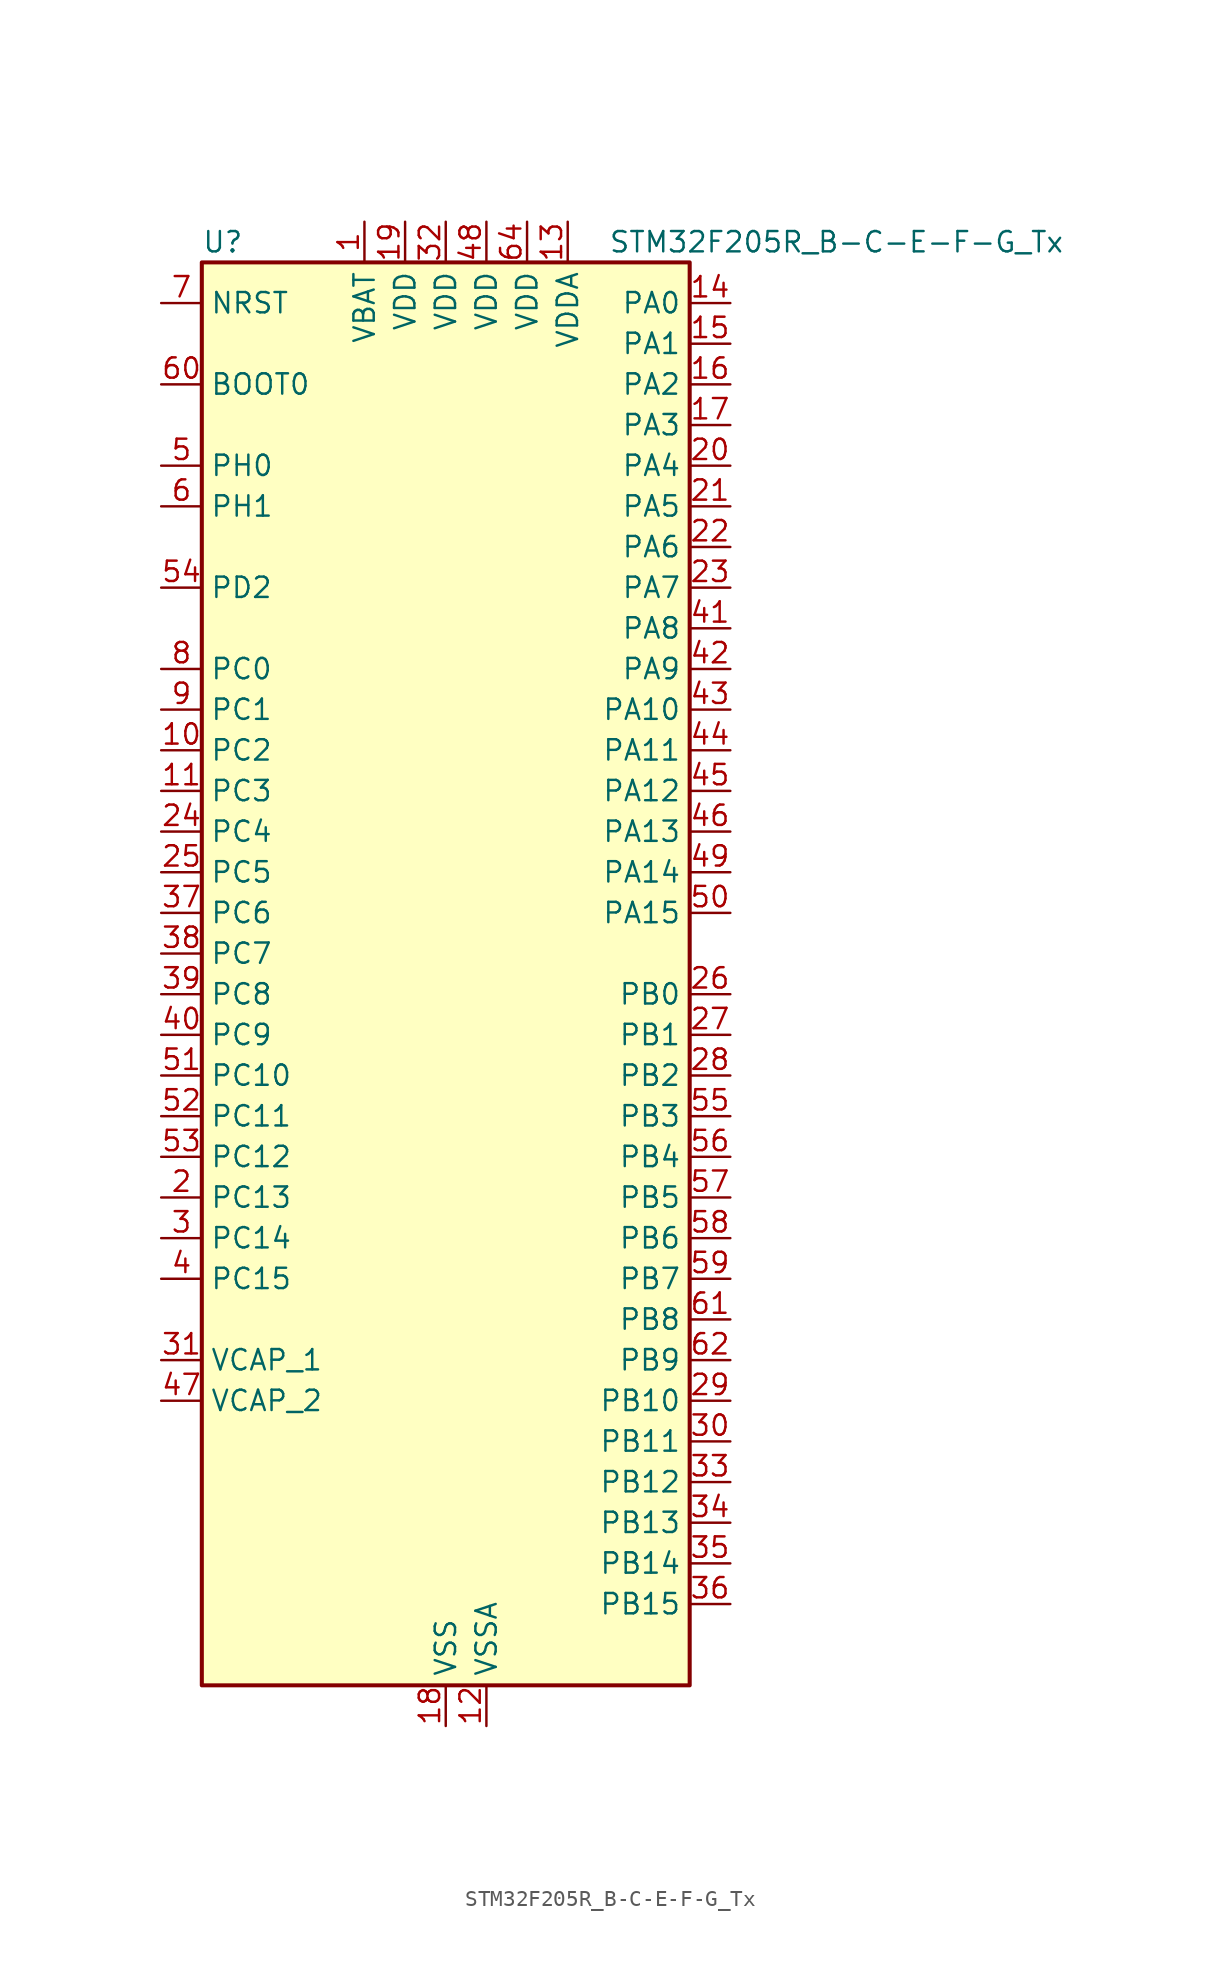
<source format=kicad_sym>
(kicad_symbol_lib
  (version 20220914)
  (generator kicad_symbol_editor)
  (symbol "STM32F205R_B-C-E-F-G_Tx"
    (property "Reference" "U"
      (at -15.24 46.99 0)
      (effects (font (size 1.27 1.27)) (justify left)))
    (property "Value" "STM32F205R_B-C-E-F-G_Tx"
      (at 10.16 46.99 0)
      (effects (font (size 1.27 1.27)) (justify left)))
    (property "ki_locked" ""
      (at 0 0 0)
      (effects (font (size 1.27 1.27))))
    (symbol "STM32F205R_B-C-E-F-G_Tx_0_1"
      (rectangle (start -15.24 -43.18) (end 15.24 45.72) (stroke (width 0.254) (type default)) (fill (type background))))
    (symbol "STM32F205R_B-C-E-F-G_Tx_1_1"
      (pin power_in line (at -5.08 48.26 270) (length 2.54) (name "VBAT" (effects (font (size 1.27 1.27)))) (number "1" (effects (font (size 1.27 1.27)))))
      (pin bidirectional line (at -17.78 15.24 0) (length 2.54) (name "PC2" (effects (font (size 1.27 1.27)))) (number "10" (effects (font (size 1.27 1.27)))) (alternate "ADC1_IN12" bidirectional line) (alternate "ADC2_IN12" bidirectional line) (alternate "ADC3_IN12" bidirectional line) (alternate "SPI2_MISO" bidirectional line) (alternate "USB_OTG_HS_ULPI_DIR" bidirectional line))
      (pin bidirectional line (at -17.78 12.7 0) (length 2.54) (name "PC3" (effects (font (size 1.27 1.27)))) (number "11" (effects (font (size 1.27 1.27)))) (alternate "ADC1_IN13" bidirectional line) (alternate "ADC2_IN13" bidirectional line) (alternate "ADC3_IN13" bidirectional line) (alternate "I2S2_SD" bidirectional line) (alternate "SPI2_MOSI" bidirectional line) (alternate "USB_OTG_HS_ULPI_NXT" bidirectional line))
      (pin power_in line (at 2.54 -45.72 90) (length 2.54) (name "VSSA" (effects (font (size 1.27 1.27)))) (number "12" (effects (font (size 1.27 1.27)))))
      (pin power_in line (at 7.62 48.26 270) (length 2.54) (name "VDDA" (effects (font (size 1.27 1.27)))) (number "13" (effects (font (size 1.27 1.27)))))
      (pin bidirectional line (at 17.78 43.18 180) (length 2.54) (name "PA0" (effects (font (size 1.27 1.27)))) (number "14" (effects (font (size 1.27 1.27)))) (alternate "ADC1_IN0" bidirectional line) (alternate "ADC2_IN0" bidirectional line) (alternate "ADC3_IN0" bidirectional line) (alternate "SYS_WKUP" bidirectional line) (alternate "TIM2_CH1" bidirectional line) (alternate "TIM2_ETR" bidirectional line) (alternate "TIM5_CH1" bidirectional line) (alternate "TIM8_ETR" bidirectional line) (alternate "UART4_TX" bidirectional line) (alternate "USART2_CTS" bidirectional line))
      (pin bidirectional line (at 17.78 40.64 180) (length 2.54) (name "PA1" (effects (font (size 1.27 1.27)))) (number "15" (effects (font (size 1.27 1.27)))) (alternate "ADC1_IN1" bidirectional line) (alternate "ADC2_IN1" bidirectional line) (alternate "ADC3_IN1" bidirectional line) (alternate "TIM2_CH2" bidirectional line) (alternate "TIM5_CH2" bidirectional line) (alternate "UART4_RX" bidirectional line) (alternate "USART2_RTS" bidirectional line))
      (pin bidirectional line (at 17.78 38.1 180) (length 2.54) (name "PA2" (effects (font (size 1.27 1.27)))) (number "16" (effects (font (size 1.27 1.27)))) (alternate "ADC1_IN2" bidirectional line) (alternate "ADC2_IN2" bidirectional line) (alternate "ADC3_IN2" bidirectional line) (alternate "TIM2_CH3" bidirectional line) (alternate "TIM5_CH3" bidirectional line) (alternate "TIM9_CH1" bidirectional line) (alternate "USART2_TX" bidirectional line))
      (pin bidirectional line (at 17.78 35.56 180) (length 2.54) (name "PA3" (effects (font (size 1.27 1.27)))) (number "17" (effects (font (size 1.27 1.27)))) (alternate "ADC1_IN3" bidirectional line) (alternate "ADC2_IN3" bidirectional line) (alternate "ADC3_IN3" bidirectional line) (alternate "TIM2_CH4" bidirectional line) (alternate "TIM5_CH4" bidirectional line) (alternate "TIM9_CH2" bidirectional line) (alternate "USART2_RX" bidirectional line) (alternate "USB_OTG_HS_ULPI_D0" bidirectional line))
      (pin power_in line (at 0 -45.72 90) (length 2.54) (name "VSS" (effects (font (size 1.27 1.27)))) (number "18" (effects (font (size 1.27 1.27)))))
      (pin power_in line (at -2.54 48.26 270) (length 2.54) (name "VDD" (effects (font (size 1.27 1.27)))) (number "19" (effects (font (size 1.27 1.27)))))
      (pin bidirectional line (at -17.78 -12.7 0) (length 2.54) (name "PC13" (effects (font (size 1.27 1.27)))) (number "2" (effects (font (size 1.27 1.27)))) (alternate "RTC_AF1" bidirectional line))
      (pin bidirectional line (at 17.78 33.02 180) (length 2.54) (name "PA4" (effects (font (size 1.27 1.27)))) (number "20" (effects (font (size 1.27 1.27)))) (alternate "ADC1_IN4" bidirectional line) (alternate "ADC2_IN4" bidirectional line) (alternate "DAC_OUT1" bidirectional line) (alternate "I2S3_WS" bidirectional line) (alternate "SPI1_NSS" bidirectional line) (alternate "SPI3_NSS" bidirectional line) (alternate "USART2_CK" bidirectional line) (alternate "USB_OTG_HS_SOF" bidirectional line))
      (pin bidirectional line (at 17.78 30.48 180) (length 2.54) (name "PA5" (effects (font (size 1.27 1.27)))) (number "21" (effects (font (size 1.27 1.27)))) (alternate "ADC1_IN5" bidirectional line) (alternate "ADC2_IN5" bidirectional line) (alternate "DAC_OUT2" bidirectional line) (alternate "SPI1_SCK" bidirectional line) (alternate "TIM2_CH1" bidirectional line) (alternate "TIM2_ETR" bidirectional line) (alternate "TIM8_CH1N" bidirectional line) (alternate "USB_OTG_HS_ULPI_CK" bidirectional line))
      (pin bidirectional line (at 17.78 27.94 180) (length 2.54) (name "PA6" (effects (font (size 1.27 1.27)))) (number "22" (effects (font (size 1.27 1.27)))) (alternate "ADC1_IN6" bidirectional line) (alternate "ADC2_IN6" bidirectional line) (alternate "SPI1_MISO" bidirectional line) (alternate "TIM13_CH1" bidirectional line) (alternate "TIM1_BKIN" bidirectional line) (alternate "TIM3_CH1" bidirectional line) (alternate "TIM8_BKIN" bidirectional line))
      (pin bidirectional line (at 17.78 25.4 180) (length 2.54) (name "PA7" (effects (font (size 1.27 1.27)))) (number "23" (effects (font (size 1.27 1.27)))) (alternate "ADC1_IN7" bidirectional line) (alternate "ADC2_IN7" bidirectional line) (alternate "SPI1_MOSI" bidirectional line) (alternate "TIM14_CH1" bidirectional line) (alternate "TIM1_CH1N" bidirectional line) (alternate "TIM3_CH2" bidirectional line) (alternate "TIM8_CH1N" bidirectional line))
      (pin bidirectional line (at -17.78 10.16 0) (length 2.54) (name "PC4" (effects (font (size 1.27 1.27)))) (number "24" (effects (font (size 1.27 1.27)))) (alternate "ADC1_IN14" bidirectional line) (alternate "ADC2_IN14" bidirectional line))
      (pin bidirectional line (at -17.78 7.62 0) (length 2.54) (name "PC5" (effects (font (size 1.27 1.27)))) (number "25" (effects (font (size 1.27 1.27)))) (alternate "ADC1_IN15" bidirectional line) (alternate "ADC2_IN15" bidirectional line))
      (pin bidirectional line (at 17.78 0 180) (length 2.54) (name "PB0" (effects (font (size 1.27 1.27)))) (number "26" (effects (font (size 1.27 1.27)))) (alternate "ADC1_IN8" bidirectional line) (alternate "ADC2_IN8" bidirectional line) (alternate "TIM1_CH2N" bidirectional line) (alternate "TIM3_CH3" bidirectional line) (alternate "TIM8_CH2N" bidirectional line) (alternate "USB_OTG_HS_ULPI_D1" bidirectional line))
      (pin bidirectional line (at 17.78 -2.54 180) (length 2.54) (name "PB1" (effects (font (size 1.27 1.27)))) (number "27" (effects (font (size 1.27 1.27)))) (alternate "ADC1_IN9" bidirectional line) (alternate "ADC2_IN9" bidirectional line) (alternate "TIM1_CH3N" bidirectional line) (alternate "TIM3_CH4" bidirectional line) (alternate "TIM8_CH3N" bidirectional line) (alternate "USB_OTG_HS_ULPI_D2" bidirectional line))
      (pin bidirectional line (at 17.78 -5.08 180) (length 2.54) (name "PB2" (effects (font (size 1.27 1.27)))) (number "28" (effects (font (size 1.27 1.27)))))
      (pin bidirectional line (at 17.78 -25.4 180) (length 2.54) (name "PB10" (effects (font (size 1.27 1.27)))) (number "29" (effects (font (size 1.27 1.27)))) (alternate "I2C2_SCL" bidirectional line) (alternate "I2S2_SCK" bidirectional line) (alternate "SPI2_SCK" bidirectional line) (alternate "TIM2_CH3" bidirectional line) (alternate "USART3_TX" bidirectional line) (alternate "USB_OTG_HS_ULPI_D3" bidirectional line))
      (pin bidirectional line (at -17.78 -15.24 0) (length 2.54) (name "PC14" (effects (font (size 1.27 1.27)))) (number "3" (effects (font (size 1.27 1.27)))) (alternate "RCC_OSC32_IN" bidirectional line))
      (pin bidirectional line (at 17.78 -27.94 180) (length 2.54) (name "PB11" (effects (font (size 1.27 1.27)))) (number "30" (effects (font (size 1.27 1.27)))) (alternate "ADC1_EXTI11" bidirectional line) (alternate "ADC2_EXTI11" bidirectional line) (alternate "ADC3_EXTI11" bidirectional line) (alternate "I2C2_SDA" bidirectional line) (alternate "TIM2_CH4" bidirectional line) (alternate "USART3_RX" bidirectional line) (alternate "USB_OTG_HS_ULPI_D4" bidirectional line))
      (pin power_out line (at -17.78 -22.86 0) (length 2.54) (name "VCAP_1" (effects (font (size 1.27 1.27)))) (number "31" (effects (font (size 1.27 1.27)))))
      (pin power_in line (at 0 48.26 270) (length 2.54) (name "VDD" (effects (font (size 1.27 1.27)))) (number "32" (effects (font (size 1.27 1.27)))))
      (pin bidirectional line (at 17.78 -30.48 180) (length 2.54) (name "PB12" (effects (font (size 1.27 1.27)))) (number "33" (effects (font (size 1.27 1.27)))) (alternate "CAN2_RX" bidirectional line) (alternate "I2C2_SMBA" bidirectional line) (alternate "I2S2_WS" bidirectional line) (alternate "SPI2_NSS" bidirectional line) (alternate "TIM1_BKIN" bidirectional line) (alternate "USART3_CK" bidirectional line) (alternate "USB_OTG_HS_ID" bidirectional line) (alternate "USB_OTG_HS_ULPI_D5" bidirectional line))
      (pin bidirectional line (at 17.78 -33.02 180) (length 2.54) (name "PB13" (effects (font (size 1.27 1.27)))) (number "34" (effects (font (size 1.27 1.27)))) (alternate "CAN2_TX" bidirectional line) (alternate "I2S2_SCK" bidirectional line) (alternate "SPI2_SCK" bidirectional line) (alternate "TIM1_CH1N" bidirectional line) (alternate "USART3_CTS" bidirectional line) (alternate "USB_OTG_HS_ULPI_D6" bidirectional line) (alternate "USB_OTG_HS_VBUS" bidirectional line))
      (pin bidirectional line (at 17.78 -35.56 180) (length 2.54) (name "PB14" (effects (font (size 1.27 1.27)))) (number "35" (effects (font (size 1.27 1.27)))) (alternate "SPI2_MISO" bidirectional line) (alternate "TIM12_CH1" bidirectional line) (alternate "TIM1_CH2N" bidirectional line) (alternate "TIM8_CH2N" bidirectional line) (alternate "USART3_RTS" bidirectional line) (alternate "USB_OTG_HS_DM" bidirectional line))
      (pin bidirectional line (at 17.78 -38.1 180) (length 2.54) (name "PB15" (effects (font (size 1.27 1.27)))) (number "36" (effects (font (size 1.27 1.27)))) (alternate "ADC1_EXTI15" bidirectional line) (alternate "ADC2_EXTI15" bidirectional line) (alternate "ADC3_EXTI15" bidirectional line) (alternate "I2S2_SD" bidirectional line) (alternate "RTC_REFIN" bidirectional line) (alternate "SPI2_MOSI" bidirectional line) (alternate "TIM12_CH2" bidirectional line) (alternate "TIM1_CH3N" bidirectional line) (alternate "TIM8_CH3N" bidirectional line) (alternate "USB_OTG_HS_DP" bidirectional line))
      (pin bidirectional line (at -17.78 5.08 0) (length 2.54) (name "PC6" (effects (font (size 1.27 1.27)))) (number "37" (effects (font (size 1.27 1.27)))) (alternate "I2S2_MCK" bidirectional line) (alternate "SDIO_D6" bidirectional line) (alternate "TIM3_CH1" bidirectional line) (alternate "TIM8_CH1" bidirectional line) (alternate "USART6_TX" bidirectional line))
      (pin bidirectional line (at -17.78 2.54 0) (length 2.54) (name "PC7" (effects (font (size 1.27 1.27)))) (number "38" (effects (font (size 1.27 1.27)))) (alternate "I2S3_MCK" bidirectional line) (alternate "SDIO_D7" bidirectional line) (alternate "TIM3_CH2" bidirectional line) (alternate "TIM8_CH2" bidirectional line) (alternate "USART6_RX" bidirectional line))
      (pin bidirectional line (at -17.78 0 0) (length 2.54) (name "PC8" (effects (font (size 1.27 1.27)))) (number "39" (effects (font (size 1.27 1.27)))) (alternate "SDIO_D0" bidirectional line) (alternate "TIM3_CH3" bidirectional line) (alternate "TIM8_CH3" bidirectional line) (alternate "USART6_CK" bidirectional line))
      (pin bidirectional line (at -17.78 -17.78 0) (length 2.54) (name "PC15" (effects (font (size 1.27 1.27)))) (number "4" (effects (font (size 1.27 1.27)))) (alternate "ADC1_EXTI15" bidirectional line) (alternate "ADC2_EXTI15" bidirectional line) (alternate "ADC3_EXTI15" bidirectional line) (alternate "RCC_OSC32_OUT" bidirectional line))
      (pin bidirectional line (at -17.78 -2.54 0) (length 2.54) (name "PC9" (effects (font (size 1.27 1.27)))) (number "40" (effects (font (size 1.27 1.27)))) (alternate "DAC_EXTI9" bidirectional line) (alternate "I2C3_SDA" bidirectional line) (alternate "I2S_CKIN" bidirectional line) (alternate "RCC_MCO_2" bidirectional line) (alternate "SDIO_D1" bidirectional line) (alternate "TIM3_CH4" bidirectional line) (alternate "TIM8_CH4" bidirectional line))
      (pin bidirectional line (at 17.78 22.86 180) (length 2.54) (name "PA8" (effects (font (size 1.27 1.27)))) (number "41" (effects (font (size 1.27 1.27)))) (alternate "I2C3_SCL" bidirectional line) (alternate "RCC_MCO_1" bidirectional line) (alternate "TIM1_CH1" bidirectional line) (alternate "USART1_CK" bidirectional line) (alternate "USB_OTG_FS_SOF" bidirectional line))
      (pin bidirectional line (at 17.78 20.32 180) (length 2.54) (name "PA9" (effects (font (size 1.27 1.27)))) (number "42" (effects (font (size 1.27 1.27)))) (alternate "DAC_EXTI9" bidirectional line) (alternate "I2C3_SMBA" bidirectional line) (alternate "TIM1_CH2" bidirectional line) (alternate "USART1_TX" bidirectional line) (alternate "USB_OTG_FS_VBUS" bidirectional line))
      (pin bidirectional line (at 17.78 17.78 180) (length 2.54) (name "PA10" (effects (font (size 1.27 1.27)))) (number "43" (effects (font (size 1.27 1.27)))) (alternate "TIM1_CH3" bidirectional line) (alternate "USART1_RX" bidirectional line) (alternate "USB_OTG_FS_ID" bidirectional line))
      (pin bidirectional line (at 17.78 15.24 180) (length 2.54) (name "PA11" (effects (font (size 1.27 1.27)))) (number "44" (effects (font (size 1.27 1.27)))) (alternate "ADC1_EXTI11" bidirectional line) (alternate "ADC2_EXTI11" bidirectional line) (alternate "ADC3_EXTI11" bidirectional line) (alternate "CAN1_RX" bidirectional line) (alternate "TIM1_CH4" bidirectional line) (alternate "USART1_CTS" bidirectional line) (alternate "USB_OTG_FS_DM" bidirectional line))
      (pin bidirectional line (at 17.78 12.7 180) (length 2.54) (name "PA12" (effects (font (size 1.27 1.27)))) (number "45" (effects (font (size 1.27 1.27)))) (alternate "CAN1_TX" bidirectional line) (alternate "TIM1_ETR" bidirectional line) (alternate "USART1_RTS" bidirectional line) (alternate "USB_OTG_FS_DP" bidirectional line))
      (pin bidirectional line (at 17.78 10.16 180) (length 2.54) (name "PA13" (effects (font (size 1.27 1.27)))) (number "46" (effects (font (size 1.27 1.27)))) (alternate "SYS_JTMS-SWDIO" bidirectional line))
      (pin power_out line (at -17.78 -25.4 0) (length 2.54) (name "VCAP_2" (effects (font (size 1.27 1.27)))) (number "47" (effects (font (size 1.27 1.27)))))
      (pin power_in line (at 2.54 48.26 270) (length 2.54) (name "VDD" (effects (font (size 1.27 1.27)))) (number "48" (effects (font (size 1.27 1.27)))))
      (pin bidirectional line (at 17.78 7.62 180) (length 2.54) (name "PA14" (effects (font (size 1.27 1.27)))) (number "49" (effects (font (size 1.27 1.27)))) (alternate "SYS_JTCK-SWCLK" bidirectional line))
      (pin bidirectional line (at -17.78 33.02 0) (length 2.54) (name "PH0" (effects (font (size 1.27 1.27)))) (number "5" (effects (font (size 1.27 1.27)))) (alternate "RCC_OSC_IN" bidirectional line))
      (pin bidirectional line (at 17.78 5.08 180) (length 2.54) (name "PA15" (effects (font (size 1.27 1.27)))) (number "50" (effects (font (size 1.27 1.27)))) (alternate "ADC1_EXTI15" bidirectional line) (alternate "ADC2_EXTI15" bidirectional line) (alternate "ADC3_EXTI15" bidirectional line) (alternate "I2S3_WS" bidirectional line) (alternate "SPI1_NSS" bidirectional line) (alternate "SPI3_NSS" bidirectional line) (alternate "SYS_JTDI" bidirectional line) (alternate "TIM2_CH1" bidirectional line) (alternate "TIM2_ETR" bidirectional line))
      (pin bidirectional line (at -17.78 -5.08 0) (length 2.54) (name "PC10" (effects (font (size 1.27 1.27)))) (number "51" (effects (font (size 1.27 1.27)))) (alternate "I2S3_SCK" bidirectional line) (alternate "SDIO_D2" bidirectional line) (alternate "SPI3_SCK" bidirectional line) (alternate "UART4_TX" bidirectional line) (alternate "USART3_TX" bidirectional line))
      (pin bidirectional line (at -17.78 -7.62 0) (length 2.54) (name "PC11" (effects (font (size 1.27 1.27)))) (number "52" (effects (font (size 1.27 1.27)))) (alternate "ADC1_EXTI11" bidirectional line) (alternate "ADC2_EXTI11" bidirectional line) (alternate "ADC3_EXTI11" bidirectional line) (alternate "SDIO_D3" bidirectional line) (alternate "SPI3_MISO" bidirectional line) (alternate "UART4_RX" bidirectional line) (alternate "USART3_RX" bidirectional line))
      (pin bidirectional line (at -17.78 -10.16 0) (length 2.54) (name "PC12" (effects (font (size 1.27 1.27)))) (number "53" (effects (font (size 1.27 1.27)))) (alternate "I2S3_SD" bidirectional line) (alternate "SDIO_CK" bidirectional line) (alternate "SPI3_MOSI" bidirectional line) (alternate "UART5_TX" bidirectional line) (alternate "USART3_CK" bidirectional line))
      (pin bidirectional line (at -17.78 25.4 0) (length 2.54) (name "PD2" (effects (font (size 1.27 1.27)))) (number "54" (effects (font (size 1.27 1.27)))) (alternate "SDIO_CMD" bidirectional line) (alternate "TIM3_ETR" bidirectional line) (alternate "UART5_RX" bidirectional line))
      (pin bidirectional line (at 17.78 -7.62 180) (length 2.54) (name "PB3" (effects (font (size 1.27 1.27)))) (number "55" (effects (font (size 1.27 1.27)))) (alternate "I2S3_SCK" bidirectional line) (alternate "SPI1_SCK" bidirectional line) (alternate "SPI3_SCK" bidirectional line) (alternate "SYS_JTDO-SWO" bidirectional line) (alternate "TIM2_CH2" bidirectional line))
      (pin bidirectional line (at 17.78 -10.16 180) (length 2.54) (name "PB4" (effects (font (size 1.27 1.27)))) (number "56" (effects (font (size 1.27 1.27)))) (alternate "SPI1_MISO" bidirectional line) (alternate "SPI3_MISO" bidirectional line) (alternate "SYS_JTRST" bidirectional line) (alternate "TIM3_CH1" bidirectional line))
      (pin bidirectional line (at 17.78 -12.7 180) (length 2.54) (name "PB5" (effects (font (size 1.27 1.27)))) (number "57" (effects (font (size 1.27 1.27)))) (alternate "CAN2_RX" bidirectional line) (alternate "I2C1_SMBA" bidirectional line) (alternate "I2S3_SD" bidirectional line) (alternate "SPI1_MOSI" bidirectional line) (alternate "SPI3_MOSI" bidirectional line) (alternate "TIM3_CH2" bidirectional line) (alternate "USB_OTG_HS_ULPI_D7" bidirectional line))
      (pin bidirectional line (at 17.78 -15.24 180) (length 2.54) (name "PB6" (effects (font (size 1.27 1.27)))) (number "58" (effects (font (size 1.27 1.27)))) (alternate "CAN2_TX" bidirectional line) (alternate "I2C1_SCL" bidirectional line) (alternate "TIM4_CH1" bidirectional line) (alternate "USART1_TX" bidirectional line))
      (pin bidirectional line (at 17.78 -17.78 180) (length 2.54) (name "PB7" (effects (font (size 1.27 1.27)))) (number "59" (effects (font (size 1.27 1.27)))) (alternate "I2C1_SDA" bidirectional line) (alternate "TIM4_CH2" bidirectional line) (alternate "USART1_RX" bidirectional line))
      (pin bidirectional line (at -17.78 30.48 0) (length 2.54) (name "PH1" (effects (font (size 1.27 1.27)))) (number "6" (effects (font (size 1.27 1.27)))) (alternate "RCC_OSC_OUT" bidirectional line))
      (pin input line (at -17.78 38.1 0) (length 2.54) (name "BOOT0" (effects (font (size 1.27 1.27)))) (number "60" (effects (font (size 1.27 1.27)))))
      (pin bidirectional line (at 17.78 -20.32 180) (length 2.54) (name "PB8" (effects (font (size 1.27 1.27)))) (number "61" (effects (font (size 1.27 1.27)))) (alternate "CAN1_RX" bidirectional line) (alternate "I2C1_SCL" bidirectional line) (alternate "SDIO_D4" bidirectional line) (alternate "TIM10_CH1" bidirectional line) (alternate "TIM4_CH3" bidirectional line))
      (pin bidirectional line (at 17.78 -22.86 180) (length 2.54) (name "PB9" (effects (font (size 1.27 1.27)))) (number "62" (effects (font (size 1.27 1.27)))) (alternate "CAN1_TX" bidirectional line) (alternate "DAC_EXTI9" bidirectional line) (alternate "I2C1_SDA" bidirectional line) (alternate "I2S2_WS" bidirectional line) (alternate "SDIO_D5" bidirectional line) (alternate "SPI2_NSS" bidirectional line) (alternate "TIM11_CH1" bidirectional line) (alternate "TIM4_CH4" bidirectional line))
      (pin passive line (at 0 -45.72 90) (length 2.54) hide (name "VSS" (effects (font (size 1.27 1.27)))) (number "63" (effects (font (size 1.27 1.27)))))
      (pin power_in line (at 5.08 48.26 270) (length 2.54) (name "VDD" (effects (font (size 1.27 1.27)))) (number "64" (effects (font (size 1.27 1.27)))))
      (pin input line (at -17.78 43.18 0) (length 2.54) (name "NRST" (effects (font (size 1.27 1.27)))) (number "7" (effects (font (size 1.27 1.27)))))
      (pin bidirectional line (at -17.78 20.32 0) (length 2.54) (name "PC0" (effects (font (size 1.27 1.27)))) (number "8" (effects (font (size 1.27 1.27)))) (alternate "ADC1_IN10" bidirectional line) (alternate "ADC2_IN10" bidirectional line) (alternate "ADC3_IN10" bidirectional line) (alternate "USB_OTG_HS_ULPI_STP" bidirectional line))
      (pin bidirectional line (at -17.78 17.78 0) (length 2.54) (name "PC1" (effects (font (size 1.27 1.27)))) (number "9" (effects (font (size 1.27 1.27)))) (alternate "ADC1_IN11" bidirectional line) (alternate "ADC2_IN11" bidirectional line) (alternate "ADC3_IN11" bidirectional line)))))
</source>
